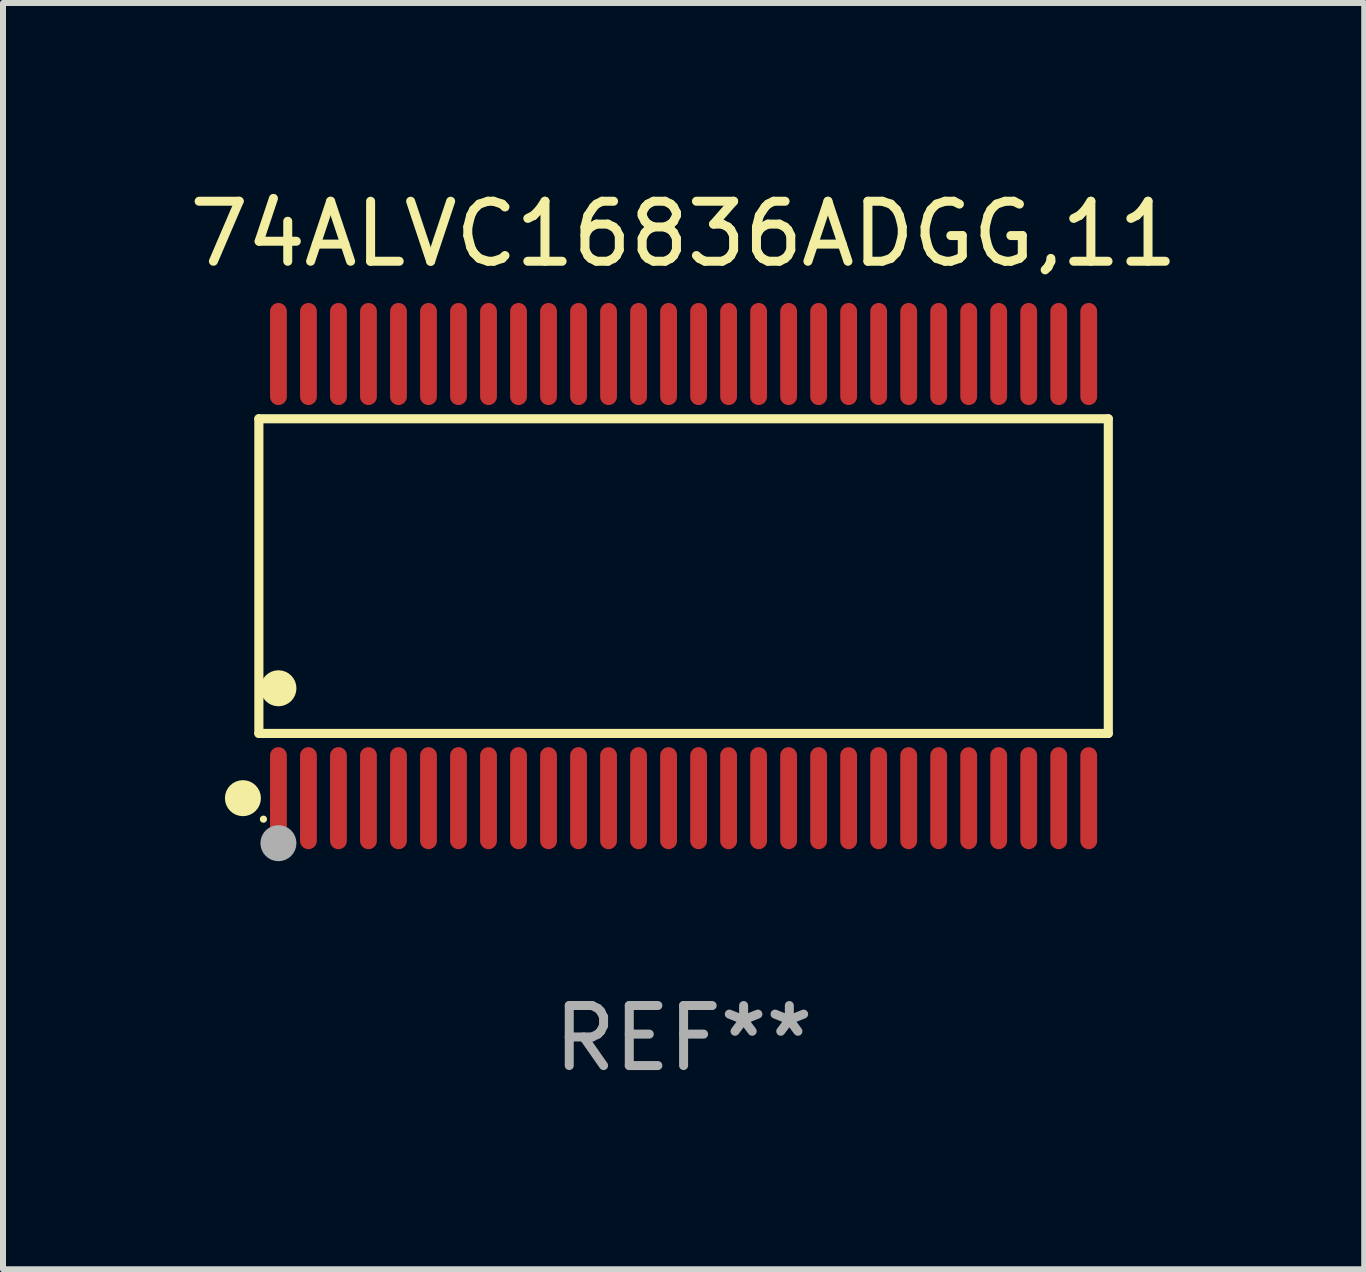
<source format=kicad_pcb>
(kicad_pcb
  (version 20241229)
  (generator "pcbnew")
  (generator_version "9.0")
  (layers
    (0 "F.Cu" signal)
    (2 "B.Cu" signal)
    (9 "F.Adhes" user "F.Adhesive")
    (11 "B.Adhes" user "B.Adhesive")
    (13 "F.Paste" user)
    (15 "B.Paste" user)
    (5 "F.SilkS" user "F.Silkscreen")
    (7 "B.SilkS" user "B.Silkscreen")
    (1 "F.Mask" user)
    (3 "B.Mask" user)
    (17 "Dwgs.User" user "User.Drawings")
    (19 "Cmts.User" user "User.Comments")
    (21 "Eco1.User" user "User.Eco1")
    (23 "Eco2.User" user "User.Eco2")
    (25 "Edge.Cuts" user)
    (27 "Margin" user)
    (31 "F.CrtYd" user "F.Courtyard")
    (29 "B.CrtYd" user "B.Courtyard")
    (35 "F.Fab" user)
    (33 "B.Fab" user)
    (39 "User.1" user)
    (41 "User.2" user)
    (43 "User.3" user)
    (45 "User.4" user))
  (footprint "74ALVC16836ADGG,11"
    (layer "F.Cu")
    (at 8.339 6.548)
    (property "Reference" "74ALVC16836ADGG,11" (at 0 -5.7 0) (layer "F.SilkS") (effects (font (size 1 1) (thickness 0.15))))
    (attr through_hole)
    (fp_line (start -7.076 -2.621) (end 7.076 -2.621) (stroke (width 0.152) (type solid)) (layer "F.SilkS"))
    (fp_line (start -7.076 2.621) (end -7.076 -2.621) (stroke (width 0.152) (type solid)) (layer "F.SilkS"))
    (fp_line (start 7.076 -2.621) (end 7.076 2.621) (stroke (width 0.152) (type solid)) (layer "F.SilkS"))
    (fp_line (start 7.076 2.621) (end -7.076 2.621) (stroke (width 0.152) (type solid)) (layer "F.SilkS"))
    (fp_circle (center -7.342 3.7) (end -7.192 3.7) (stroke (width 0.3) (type solid)) (fill no) (layer "F.SilkS"))
    (fp_circle (center -7 4.05) (end -6.97 4.05) (stroke (width 0.06) (type solid)) (fill no) (layer "F.SilkS"))
    (fp_circle (center -6.75 1.869) (end -6.6 1.869) (stroke (width 0.3) (type solid)) (fill no) (layer "F.SilkS"))
    (fp_circle (center -6.75 4.45) (end -6.6 4.45) (stroke (width 0.3) (type solid)) (fill no) (layer "F.Fab"))
    (fp_text user "REF**" (at 0 7.7 0) (layer "F.Fab") (effects (font (size 1 1) (thickness 0.15))))
    (pad "1" smd oval (at -6.75 3.7) (size 0.28 1.7) (layers "F.Cu" "F.Mask" "F.Paste"))
    (pad "2" smd oval (at -6.25 3.7) (size 0.28 1.7) (layers "F.Cu" "F.Mask" "F.Paste"))
    (pad "3" smd oval (at -5.75 3.7) (size 0.28 1.7) (layers "F.Cu" "F.Mask" "F.Paste"))
    (pad "4" smd oval (at -5.25 3.7) (size 0.28 1.7) (layers "F.Cu" "F.Mask" "F.Paste"))
    (pad "5" smd oval (at -4.75 3.7) (size 0.28 1.7) (layers "F.Cu" "F.Mask" "F.Paste"))
    (pad "6" smd oval (at -4.25 3.7) (size 0.28 1.7) (layers "F.Cu" "F.Mask" "F.Paste"))
    (pad "7" smd oval (at -3.75 3.7) (size 0.28 1.7) (layers "F.Cu" "F.Mask" "F.Paste"))
    (pad "8" smd oval (at -3.25 3.7) (size 0.28 1.7) (layers "F.Cu" "F.Mask" "F.Paste"))
    (pad "9" smd oval (at -2.75 3.7) (size 0.28 1.7) (layers "F.Cu" "F.Mask" "F.Paste"))
    (pad "10" smd oval (at -2.25 3.7) (size 0.28 1.7) (layers "F.Cu" "F.Mask" "F.Paste"))
    (pad "11" smd oval (at -1.75 3.7) (size 0.28 1.7) (layers "F.Cu" "F.Mask" "F.Paste"))
    (pad "12" smd oval (at -1.25 3.7) (size 0.28 1.7) (layers "F.Cu" "F.Mask" "F.Paste"))
    (pad "13" smd oval (at -0.75 3.7) (size 0.28 1.7) (layers "F.Cu" "F.Mask" "F.Paste"))
    (pad "14" smd oval (at -0.25 3.7) (size 0.28 1.7) (layers "F.Cu" "F.Mask" "F.Paste"))
    (pad "15" smd oval (at 0.25 3.7) (size 0.28 1.7) (layers "F.Cu" "F.Mask" "F.Paste"))
    (pad "16" smd oval (at 0.75 3.7) (size 0.28 1.7) (layers "F.Cu" "F.Mask" "F.Paste"))
    (pad "17" smd oval (at 1.25 3.7) (size 0.28 1.7) (layers "F.Cu" "F.Mask" "F.Paste"))
    (pad "18" smd oval (at 1.75 3.7) (size 0.28 1.7) (layers "F.Cu" "F.Mask" "F.Paste"))
    (pad "19" smd oval (at 2.25 3.7) (size 0.28 1.7) (layers "F.Cu" "F.Mask" "F.Paste"))
    (pad "20" smd oval (at 2.75 3.7) (size 0.28 1.7) (layers "F.Cu" "F.Mask" "F.Paste"))
    (pad "21" smd oval (at 3.25 3.7) (size 0.28 1.7) (layers "F.Cu" "F.Mask" "F.Paste"))
    (pad "22" smd oval (at 3.75 3.7) (size 0.28 1.7) (layers "F.Cu" "F.Mask" "F.Paste"))
    (pad "23" smd oval (at 4.25 3.7) (size 0.28 1.7) (layers "F.Cu" "F.Mask" "F.Paste"))
    (pad "24" smd oval (at 4.75 3.7) (size 0.28 1.7) (layers "F.Cu" "F.Mask" "F.Paste"))
    (pad "25" smd oval (at 5.25 3.7) (size 0.28 1.7) (layers "F.Cu" "F.Mask" "F.Paste"))
    (pad "26" smd oval (at 5.75 3.7) (size 0.28 1.7) (layers "F.Cu" "F.Mask" "F.Paste"))
    (pad "27" smd oval (at 6.25 3.7) (size 0.28 1.7) (layers "F.Cu" "F.Mask" "F.Paste"))
    (pad "28" smd oval (at 6.75 3.7) (size 0.28 1.7) (layers "F.Cu" "F.Mask" "F.Paste"))
    (pad "29" smd oval (at 6.75 -3.7) (size 0.28 1.7) (layers "F.Cu" "F.Mask" "F.Paste"))
    (pad "30" smd oval (at 6.25 -3.7) (size 0.28 1.7) (layers "F.Cu" "F.Mask" "F.Paste"))
    (pad "31" smd oval (at 5.75 -3.7) (size 0.28 1.7) (layers "F.Cu" "F.Mask" "F.Paste"))
    (pad "32" smd oval (at 5.25 -3.7) (size 0.28 1.7) (layers "F.Cu" "F.Mask" "F.Paste"))
    (pad "33" smd oval (at 4.75 -3.7) (size 0.28 1.7) (layers "F.Cu" "F.Mask" "F.Paste"))
    (pad "34" smd oval (at 4.25 -3.7) (size 0.28 1.7) (layers "F.Cu" "F.Mask" "F.Paste"))
    (pad "35" smd oval (at 3.75 -3.7) (size 0.28 1.7) (layers "F.Cu" "F.Mask" "F.Paste"))
    (pad "36" smd oval (at 3.25 -3.7) (size 0.28 1.7) (layers "F.Cu" "F.Mask" "F.Paste"))
    (pad "37" smd oval (at 2.75 -3.7) (size 0.28 1.7) (layers "F.Cu" "F.Mask" "F.Paste"))
    (pad "38" smd oval (at 2.25 -3.7) (size 0.28 1.7) (layers "F.Cu" "F.Mask" "F.Paste"))
    (pad "39" smd oval (at 1.75 -3.7) (size 0.28 1.7) (layers "F.Cu" "F.Mask" "F.Paste"))
    (pad "40" smd oval (at 1.25 -3.7) (size 0.28 1.7) (layers "F.Cu" "F.Mask" "F.Paste"))
    (pad "41" smd oval (at 0.75 -3.7) (size 0.28 1.7) (layers "F.Cu" "F.Mask" "F.Paste"))
    (pad "42" smd oval (at 0.25 -3.7) (size 0.28 1.7) (layers "F.Cu" "F.Mask" "F.Paste"))
    (pad "43" smd oval (at -0.25 -3.7) (size 0.28 1.7) (layers "F.Cu" "F.Mask" "F.Paste"))
    (pad "44" smd oval (at -0.75 -3.7) (size 0.28 1.7) (layers "F.Cu" "F.Mask" "F.Paste"))
    (pad "45" smd oval (at -1.25 -3.7) (size 0.28 1.7) (layers "F.Cu" "F.Mask" "F.Paste"))
    (pad "46" smd oval (at -1.75 -3.7) (size 0.28 1.7) (layers "F.Cu" "F.Mask" "F.Paste"))
    (pad "47" smd oval (at -2.25 -3.7) (size 0.28 1.7) (layers "F.Cu" "F.Mask" "F.Paste"))
    (pad "48" smd oval (at -2.75 -3.7) (size 0.28 1.7) (layers "F.Cu" "F.Mask" "F.Paste"))
    (pad "49" smd oval (at -3.25 -3.7) (size 0.28 1.7) (layers "F.Cu" "F.Mask" "F.Paste"))
    (pad "50" smd oval (at -3.75 -3.7) (size 0.28 1.7) (layers "F.Cu" "F.Mask" "F.Paste"))
    (pad "51" smd oval (at -4.25 -3.7) (size 0.28 1.7) (layers "F.Cu" "F.Mask" "F.Paste"))
    (pad "52" smd oval (at -4.75 -3.7) (size 0.28 1.7) (layers "F.Cu" "F.Mask" "F.Paste"))
    (pad "53" smd oval (at -5.25 -3.7) (size 0.28 1.7) (layers "F.Cu" "F.Mask" "F.Paste"))
    (pad "54" smd oval (at -5.75 -3.7) (size 0.28 1.7) (layers "F.Cu" "F.Mask" "F.Paste"))
    (pad "55" smd oval (at -6.25 -3.7) (size 0.28 1.7) (layers "F.Cu" "F.Mask" "F.Paste"))
    (pad "56" smd oval (at -6.75 -3.7) (size 0.28 1.7) (layers "F.Cu" "F.Mask" "F.Paste")))
  (gr_rect
    (start -3 -3)
    (end 19.679 18.097)
    (stroke (width 0.1) (type default))
    (fill no)
    (layer "Edge.Cuts")))
</source>
